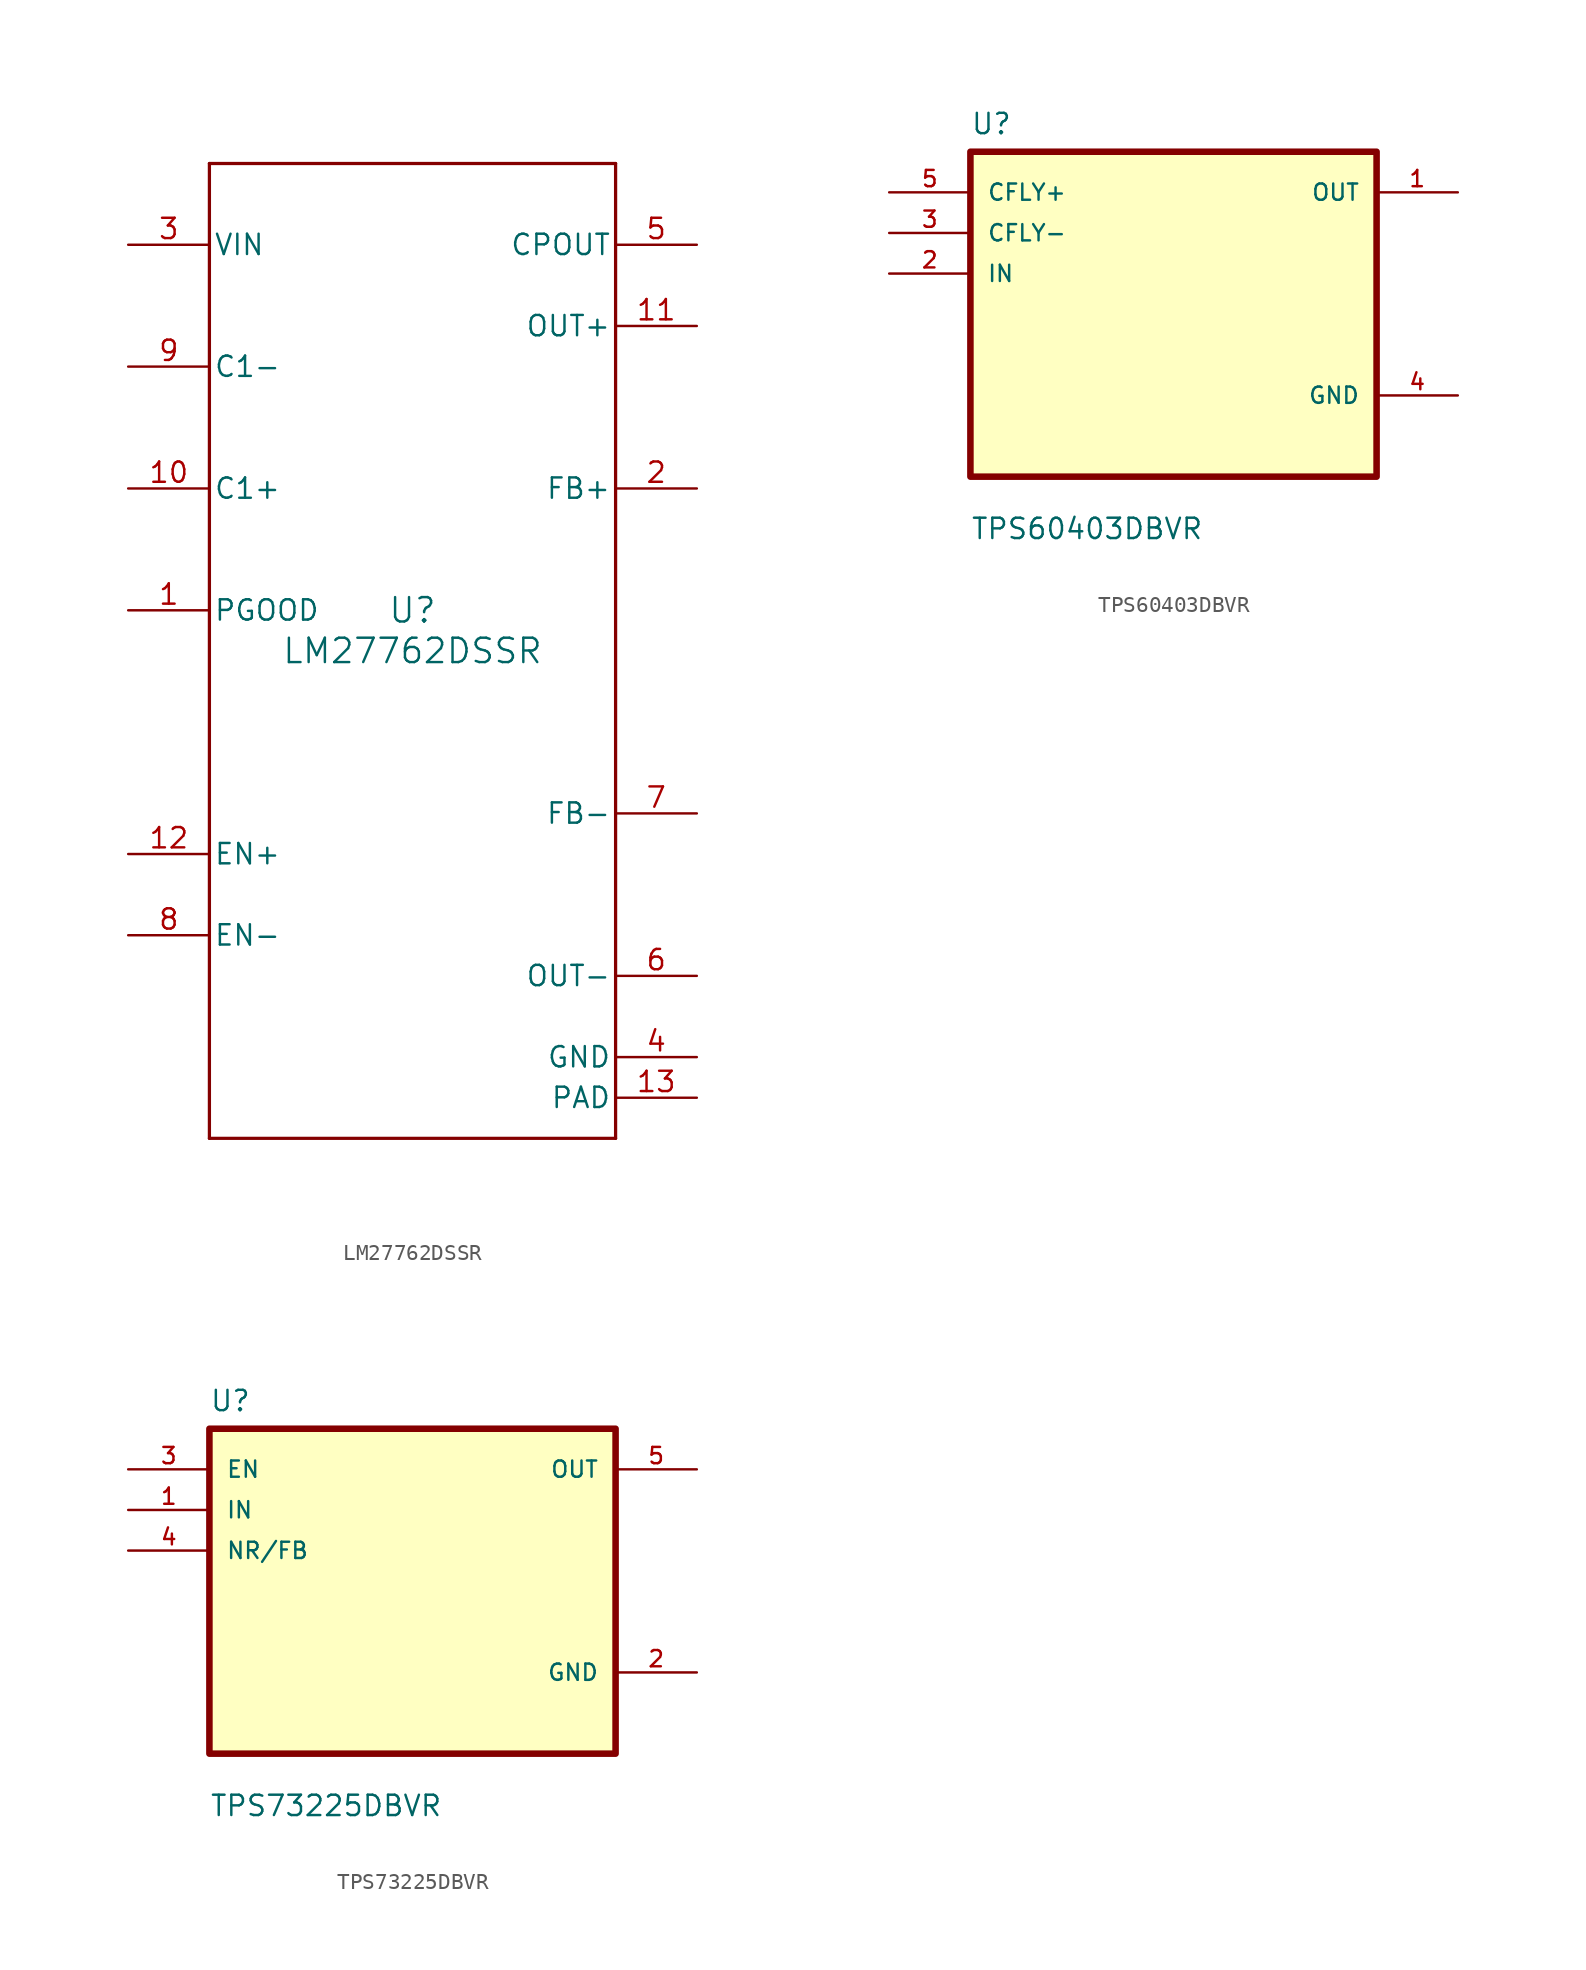
<source format=kicad_sym>
(kicad_symbol_lib
  (version 20231120)
  (generator "kicad_symbol_editor")
  (generator_version "8.0")
  (symbol "LM27762DSSR"
    (pin_names
      (offset 0.254))
    (property "Reference" "U"
      (at 0 2.54 0)
      (effects (font (size 1.524 1.524))))
    (property "Value" "LM27762DSSR"
      (at 0 0 0)
      (effects (font (size 1.524 1.524))))
    (symbol "LM27762DSSR_0_1"
      (polyline (pts (xy -12.7 -30.48) (xy 12.7 -30.48)) (stroke (width 0.203) (type default)) (fill (type none)))
      (polyline (pts (xy -12.7 30.48) (xy -12.7 -30.48)) (stroke (width 0.203) (type default)) (fill (type none)))
      (polyline (pts (xy 12.7 -30.48) (xy 12.7 30.48)) (stroke (width 0.203) (type default)) (fill (type none)))
      (polyline (pts (xy 12.7 30.48) (xy -12.7 30.48)) (stroke (width 0.203) (type default)) (fill (type none)))
      (pin open_collector line (at -17.78 2.54 0) (length 5.08) (name "PGOOD" (effects (font (size 1.27 1.27)))) (number "1" (effects (font (size 1.27 1.27)))))
      (pin unspecified line (at -17.78 10.16 0) (length 5.08) (name "C1+" (effects (font (size 1.27 1.27)))) (number "10" (effects (font (size 1.27 1.27)))))
      (pin power_in line (at 17.78 20.32 180) (length 5.08) (name "OUT+" (effects (font (size 1.27 1.27)))) (number "11" (effects (font (size 1.27 1.27)))))
      (pin input line (at -17.78 -12.7 0) (length 5.08) (name "EN+" (effects (font (size 1.27 1.27)))) (number "12" (effects (font (size 1.27 1.27)))))
      (pin power_in line (at 17.78 -27.94 180) (length 5.08) (name "PAD" (effects (font (size 1.27 1.27)))) (number "13" (effects (font (size 1.27 1.27)))))
      (pin input line (at 17.78 10.16 180) (length 5.08) (name "FB+" (effects (font (size 1.27 1.27)))) (number "2" (effects (font (size 1.27 1.27)))))
      (pin power_in line (at -17.78 25.4 0) (length 5.08) (name "VIN" (effects (font (size 1.27 1.27)))) (number "3" (effects (font (size 1.27 1.27)))))
      (pin power_in line (at 17.78 -25.4 180) (length 5.08) (name "GND" (effects (font (size 1.27 1.27)))) (number "4" (effects (font (size 1.27 1.27)))))
      (pin power_in line (at 17.78 25.4 180) (length 5.08) (name "CPOUT" (effects (font (size 1.27 1.27)))) (number "5" (effects (font (size 1.27 1.27)))))
      (pin power_in line (at 17.78 -20.32 180) (length 5.08) (name "OUT-" (effects (font (size 1.27 1.27)))) (number "6" (effects (font (size 1.27 1.27)))))
      (pin input line (at 17.78 -10.16 180) (length 5.08) (name "FB-" (effects (font (size 1.27 1.27)))) (number "7" (effects (font (size 1.27 1.27)))))
      (pin input line (at -17.78 -17.78 0) (length 5.08) (name "EN-" (effects (font (size 1.27 1.27)))) (number "8" (effects (font (size 1.27 1.27)))))
      (pin unspecified line (at -17.78 17.78 0) (length 5.08) (name "C1-" (effects (font (size 1.27 1.27)))) (number "9" (effects (font (size 1.27 1.27)))))))
  (symbol "TPS60403DBVR"
    (pin_names
      (offset 1.016))
    (property "Reference" "U"
      (at -12.7 11.16 0)
      (effects (font (size 1.27 1.27)) (justify left bottom)))
    (property "Value" "TPS60403DBVR"
      (at -12.7 -14.16 0)
      (effects (font (size 1.27 1.27)) (justify left bottom)))
    (symbol "TPS60403DBVR_0_0"
      (rectangle (start -12.7 -10.16) (end 12.7 10.16) (stroke (width 0.41) (type default)) (fill (type background)))
      (pin output line (at 17.78 7.62 180) (length 5.08) (name "OUT" (effects (font (size 1.016 1.016)))) (number "1" (effects (font (size 1.016 1.016)))))
      (pin input line (at -17.78 2.54 0) (length 5.08) (name "IN" (effects (font (size 1.016 1.016)))) (number "2" (effects (font (size 1.016 1.016)))))
      (pin input line (at -17.78 5.08 0) (length 5.08) (name "CFLY-" (effects (font (size 1.016 1.016)))) (number "3" (effects (font (size 1.016 1.016)))))
      (pin power_in line (at 17.78 -5.08 180) (length 5.08) (name "GND" (effects (font (size 1.016 1.016)))) (number "4" (effects (font (size 1.016 1.016)))))
      (pin input line (at -17.78 7.62 0) (length 5.08) (name "CFLY+" (effects (font (size 1.016 1.016)))) (number "5" (effects (font (size 1.016 1.016)))))))
  (symbol "TPS73225DBVR"
    (pin_names
      (offset 1.016))
    (property "Reference" "U"
      (at -12.7 11.16 0)
      (effects (font (size 1.27 1.27)) (justify left bottom)))
    (property "Value" "TPS73225DBVR"
      (at -12.7 -14.16 0)
      (effects (font (size 1.27 1.27)) (justify left bottom)))
    (symbol "TPS73225DBVR_0_0"
      (rectangle (start -12.7 -10.16) (end 12.7 10.16) (stroke (width 0.41) (type default)) (fill (type background)))
      (pin input line (at -17.78 5.08 0) (length 5.08) (name "IN" (effects (font (size 1.016 1.016)))) (number "1" (effects (font (size 1.016 1.016)))))
      (pin power_in line (at 17.78 -5.08 180) (length 5.08) (name "GND" (effects (font (size 1.016 1.016)))) (number "2" (effects (font (size 1.016 1.016)))))
      (pin input line (at -17.78 7.62 0) (length 5.08) (name "EN" (effects (font (size 1.016 1.016)))) (number "3" (effects (font (size 1.016 1.016)))))
      (pin input line (at -17.78 2.54 0) (length 5.08) (name "NR/FB" (effects (font (size 1.016 1.016)))) (number "4" (effects (font (size 1.016 1.016)))))
      (pin output line (at 17.78 7.62 180) (length 5.08) (name "OUT" (effects (font (size 1.016 1.016)))) (number "5" (effects (font (size 1.016 1.016))))))))
</source>
